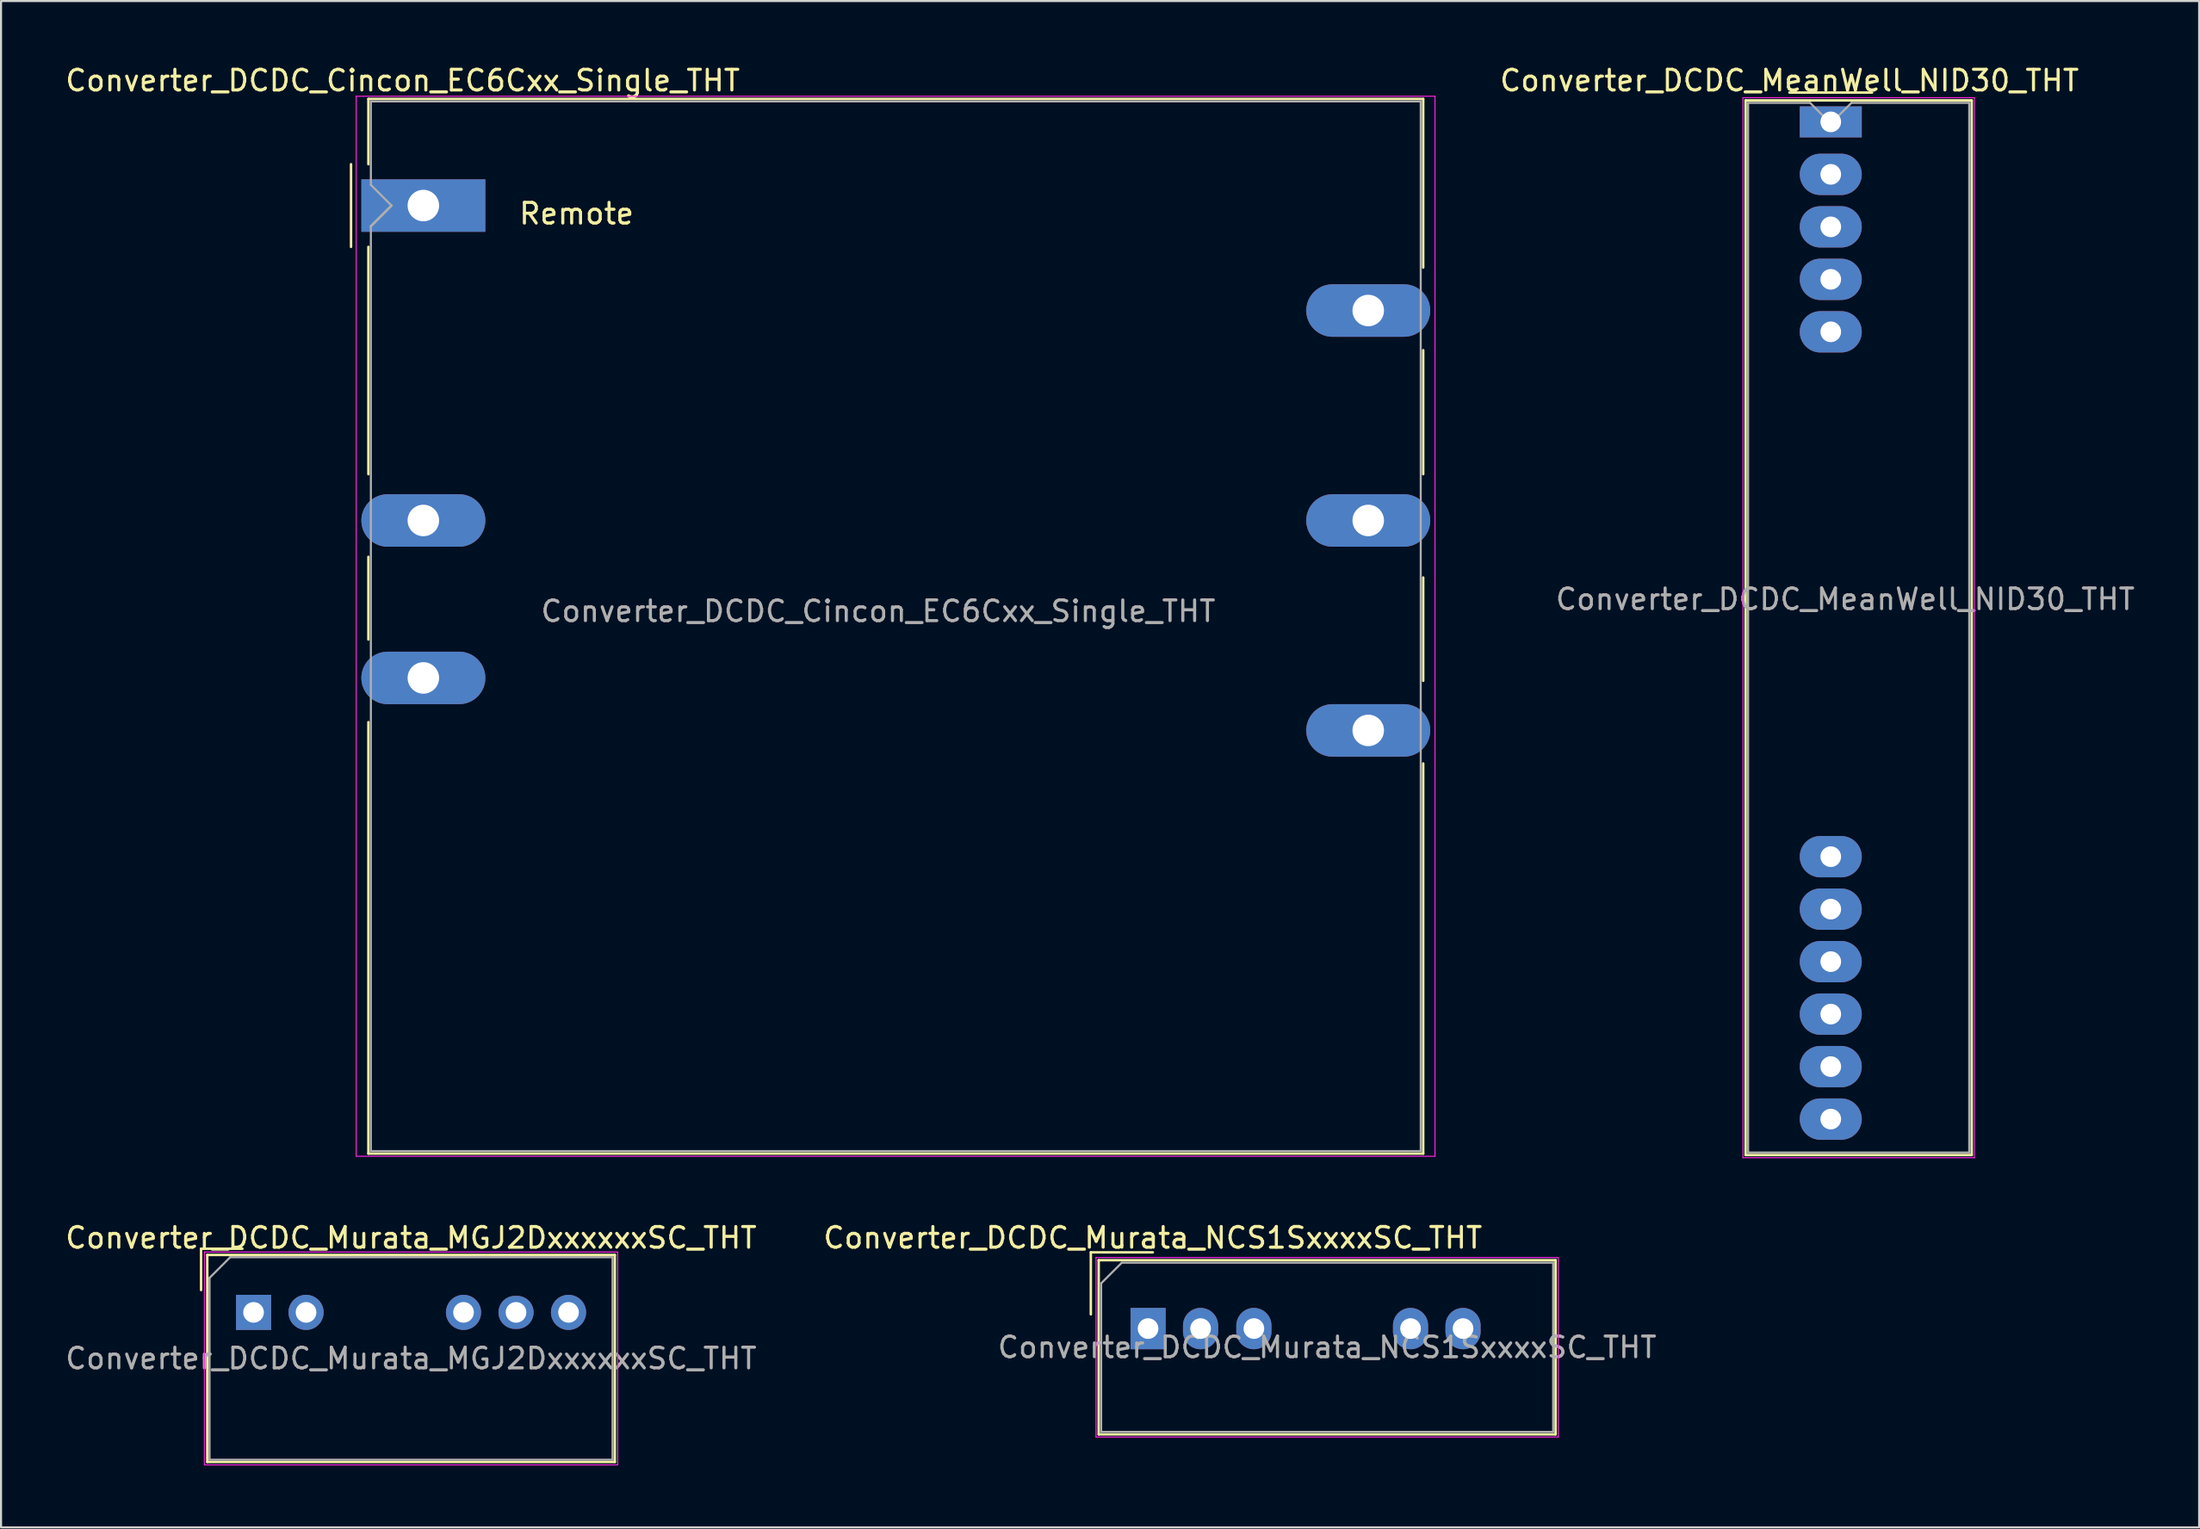
<source format=kicad_pcb>
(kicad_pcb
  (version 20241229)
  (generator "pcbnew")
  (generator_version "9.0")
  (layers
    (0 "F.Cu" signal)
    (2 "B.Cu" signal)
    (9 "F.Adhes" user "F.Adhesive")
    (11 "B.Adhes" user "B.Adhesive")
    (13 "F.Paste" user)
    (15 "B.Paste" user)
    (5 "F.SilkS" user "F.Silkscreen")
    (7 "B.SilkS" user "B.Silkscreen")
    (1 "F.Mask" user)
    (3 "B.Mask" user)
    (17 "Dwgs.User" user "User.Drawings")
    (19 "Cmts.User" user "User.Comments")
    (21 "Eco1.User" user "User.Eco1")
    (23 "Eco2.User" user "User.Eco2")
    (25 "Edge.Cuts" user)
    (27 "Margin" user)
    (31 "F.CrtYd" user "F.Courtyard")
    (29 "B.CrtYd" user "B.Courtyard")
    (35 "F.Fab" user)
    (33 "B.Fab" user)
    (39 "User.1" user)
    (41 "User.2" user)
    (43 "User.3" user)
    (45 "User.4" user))
  (footprint "Converter_DCDC_MeanWell_NID30_THT"
    (layer "F.Cu")
    (at 85.535 2.848)
    (property "Reference" "Converter_DCDC_MeanWell_NID30_THT" (at -2 -2 0) (layer "F.SilkS") (effects (font (size 1 1) (thickness 0.15))))
    (attr through_hole)
    (fp_line (start -4.12 -1.04) (end 6.82 -1.04) (stroke (width 0.12) (type solid)) (layer "F.SilkS"))
    (fp_line (start -4.12 50) (end -4.12 -1.04) (stroke (width 0.12) (type solid)) (layer "F.SilkS"))
    (fp_line (start -2 -1.42) (end 2 -1.42) (stroke (width 0.12) (type solid)) (layer "F.SilkS"))
    (fp_line (start 6.82 -1.04) (end 6.82 50) (stroke (width 0.12) (type solid)) (layer "F.SilkS"))
    (fp_line (start 6.82 50) (end -4.12 50) (stroke (width 0.12) (type solid)) (layer "F.SilkS"))
    (fp_line (start -4.25 -1.17) (end 6.95 -1.17) (stroke (width 0.05) (type solid)) (layer "F.CrtYd"))
    (fp_line (start -4.25 50.13) (end -4.25 -1.17) (stroke (width 0.05) (type solid)) (layer "F.CrtYd"))
    (fp_line (start 6.95 -1.17) (end 6.95 50.13) (stroke (width 0.05) (type solid)) (layer "F.CrtYd"))
    (fp_line (start 6.95 50.13) (end -4.25 50.13) (stroke (width 0.05) (type solid)) (layer "F.CrtYd"))
    (fp_line (start -4 -0.92) (end -1 -0.92) (stroke (width 0.1) (type solid)) (layer "F.Fab"))
    (fp_line (start -4 49.88) (end -4 -0.92) (stroke (width 0.1) (type solid)) (layer "F.Fab"))
    (fp_line (start -1 -0.92) (end 0 0.08) (stroke (width 0.1) (type solid)) (layer "F.Fab"))
    (fp_line (start 0 0.08) (end 1 -0.92) (stroke (width 0.1) (type solid)) (layer "F.Fab"))
    (fp_line (start 1 -0.92) (end 6.7 -0.92) (stroke (width 0.1) (type solid)) (layer "F.Fab"))
    (fp_line (start 6.7 -0.92) (end 6.7 49.88) (stroke (width 0.1) (type solid)) (layer "F.Fab"))
    (fp_line (start 6.7 49.88) (end -4 49.88) (stroke (width 0.1) (type solid)) (layer "F.Fab"))
    (fp_text user "${REFERENCE}" (at 0.7 23.1 0) (layer "F.Fab") (effects (font (size 1 1) (thickness 0.15))))
    (pad "1" thru_hole rect (at 0 0) (size 3 1.5) (drill 1) (layers "*.Cu" "*.Mask"))
    (pad "2" thru_hole oval (at 0 2.54) (size 3 2) (drill 1) (layers "*.Cu" "*.Mask"))
    (pad "3" thru_hole oval (at 0 5.08) (size 3 2) (drill 1) (layers "*.Cu" "*.Mask"))
    (pad "4" thru_hole oval (at 0 7.62) (size 3 2) (drill 1) (layers "*.Cu" "*.Mask"))
    (pad "5" thru_hole oval (at 0 10.16) (size 3 2) (drill 1) (layers "*.Cu" "*.Mask"))
    (pad "6" thru_hole oval (at 0 35.56) (size 3 2) (drill 1) (layers "*.Cu" "*.Mask"))
    (pad "7" thru_hole oval (at 0 38.1) (size 3 2) (drill 1) (layers "*.Cu" "*.Mask"))
    (pad "8" thru_hole oval (at 0 40.64) (size 3 2) (drill 1) (layers "*.Cu" "*.Mask"))
    (pad "9" thru_hole oval (at 0 43.18) (size 3 2) (drill 1) (layers "*.Cu" "*.Mask"))
    (pad "10" thru_hole oval (at 0 45.72) (size 3 2) (drill 1) (layers "*.Cu" "*.Mask"))
    (pad "11" thru_hole oval (at 0 48.26) (size 3 2) (drill 1) (layers "*.Cu" "*.Mask")))
  (footprint "Converter_DCDC_Cincon_EC6Cxx_Single_THT"
    (layer "F.Cu")
    (at 17.435 6.898)
    (property "Reference" "Converter_DCDC_Cincon_EC6Cxx_Single_THT" (at -1 -6.05 0) (layer "F.SilkS") (effects (font (size 1 1) (thickness 0.15))))
    (attr through_hole)
    (fp_line (start -3.5 -2) (end -3.5 2) (stroke (width 0.12) (type solid)) (layer "F.SilkS"))
    (fp_line (start -2.66 -5.16) (end 48.38 -5.16) (stroke (width 0.12) (type solid)) (layer "F.SilkS"))
    (fp_line (start -2.66 -2) (end -2.66 -5.16) (stroke (width 0.12) (type solid)) (layer "F.SilkS"))
    (fp_line (start -2.66 2) (end -2.66 13) (stroke (width 0.12) (type solid)) (layer "F.SilkS"))
    (fp_line (start -2.66 17) (end -2.66 21) (stroke (width 0.12) (type solid)) (layer "F.SilkS"))
    (fp_line (start -2.66 25) (end -2.66 45.88) (stroke (width 0.12) (type solid)) (layer "F.SilkS"))
    (fp_line (start 48.38 -5.16) (end 48.38 3) (stroke (width 0.12) (type solid)) (layer "F.SilkS"))
    (fp_line (start 48.38 7) (end 48.38 13) (stroke (width 0.12) (type solid)) (layer "F.SilkS"))
    (fp_line (start 48.38 18) (end 48.38 23) (stroke (width 0.12) (type solid)) (layer "F.SilkS"))
    (fp_line (start 48.38 27) (end 48.38 45.88) (stroke (width 0.12) (type solid)) (layer "F.SilkS"))
    (fp_line (start 48.38 45.88) (end -2.66 45.88) (stroke (width 0.12) (type solid)) (layer "F.SilkS"))
    (fp_line (start -3.25 -5.29) (end -3.25 46.01) (stroke (width 0.05) (type solid)) (layer "F.CrtYd"))
    (fp_line (start -3.25 -5.29) (end 48.95 -5.29) (stroke (width 0.05) (type solid)) (layer "F.CrtYd"))
    (fp_line (start -3.25 46.01) (end 48.95 46.01) (stroke (width 0.05) (type solid)) (layer "F.CrtYd"))
    (fp_line (start 48.95 -5.29) (end 48.95 46.01) (stroke (width 0.05) (type solid)) (layer "F.CrtYd"))
    (fp_line (start -2.54 -5.04) (end 48.26 -5.04) (stroke (width 0.1) (type solid)) (layer "F.Fab"))
    (fp_line (start -2.54 -1) (end -2.54 -5.04) (stroke (width 0.1) (type solid)) (layer "F.Fab"))
    (fp_line (start -2.54 -1) (end -1.54 0) (stroke (width 0.1) (type solid)) (layer "F.Fab"))
    (fp_line (start -2.54 45.76) (end -2.54 1) (stroke (width 0.1) (type solid)) (layer "F.Fab"))
    (fp_line (start -1.54 0) (end -2.54 1) (stroke (width 0.12) (type solid)) (layer "F.Fab"))
    (fp_line (start 48.26 45.76) (end -2.54 45.76) (stroke (width 0.1) (type solid)) (layer "F.Fab"))
    (fp_line (start 48.26 45.76) (end 48.26 -5.04) (stroke (width 0.1) (type solid)) (layer "F.Fab"))
    (fp_text user "Remote" (at 7.414 0.391 0) (layer "F.SilkS") (effects (font (size 1 1) (thickness 0.15))))
    (fp_text user "${REFERENCE}" (at 22.01 19.63 0) (layer "F.Fab") (effects (font (size 1 1) (thickness 0.15))))
    (pad "1" thru_hole rect (at 0 0) (size 5.999 2.54) (drill 1.524) (layers "*.Cu" "*.Mask"))
    (pad "3" thru_hole oval (at 0 15.24) (size 6 2.54) (drill 1.524) (layers "*.Cu" "*.Mask"))
    (pad "4" thru_hole oval (at 0 22.86) (size 6 2.54) (drill 1.524) (layers "*.Cu" "*.Mask"))
    (pad "5" thru_hole oval (at 45.72 5.08) (size 5.999 2.54) (drill 1.524) (layers "*.Cu" "*.Mask"))
    (pad "6" thru_hole oval (at 45.72 15.24) (size 6 2.54) (drill 1.524) (layers "*.Cu" "*.Mask"))
    (pad "7" thru_hole oval (at 45.72 25.4) (size 6 2.54) (drill 1.524) (layers "*.Cu" "*.Mask")))
  (footprint "Converter_DCDC_Murata_NCS1SxxxxSC_THT"
    (layer "F.Cu")
    (at 52.502 61.246)
    (property "Reference" "Converter_DCDC_Murata_NCS1SxxxxSC_THT" (at 0.23 -4.395 0) (layer "F.SilkS") (effects (font (size 1 1) (thickness 0.15))))
    (attr through_hole)
    (fp_line (start -2.77 -3.69) (end 0.23 -3.69) (stroke (width 0.12) (type solid)) (layer "F.SilkS"))
    (fp_line (start -2.77 -0.69) (end -2.77 -3.69) (stroke (width 0.12) (type solid)) (layer "F.SilkS"))
    (fp_line (start -2.39 -3.31) (end -2.39 5.12) (stroke (width 0.12) (type solid)) (layer "F.SilkS"))
    (fp_line (start -2.39 -3.31) (end 19.72 -3.31) (stroke (width 0.12) (type solid)) (layer "F.SilkS"))
    (fp_line (start -2.39 5.12) (end 19.72 5.12) (stroke (width 0.12) (type solid)) (layer "F.SilkS"))
    (fp_line (start 19.72 -3.31) (end 19.72 5.12) (stroke (width 0.12) (type solid)) (layer "F.SilkS"))
    (fp_line (start -2.52 -3.44) (end -2.52 5.25) (stroke (width 0.05) (type solid)) (layer "F.CrtYd"))
    (fp_line (start -2.52 -3.44) (end 19.85 -3.44) (stroke (width 0.05) (type solid)) (layer "F.CrtYd"))
    (fp_line (start -2.52 5.25) (end 19.85 5.25) (stroke (width 0.05) (type solid)) (layer "F.CrtYd"))
    (fp_line (start 19.85 -3.44) (end 19.85 5.25) (stroke (width 0.05) (type solid)) (layer "F.CrtYd"))
    (fp_line (start -2.27 -2.19) (end -1.27 -3.19) (stroke (width 0.1) (type solid)) (layer "F.Fab"))
    (fp_line (start -2.27 5) (end -2.27 -2.19) (stroke (width 0.1) (type solid)) (layer "F.Fab"))
    (fp_line (start -1.27 -3.19) (end 19.6 -3.19) (stroke (width 0.1) (type solid)) (layer "F.Fab"))
    (fp_line (start 19.6 -3.19) (end 19.6 5) (stroke (width 0.1) (type solid)) (layer "F.Fab"))
    (fp_line (start 19.6 5) (end -2.27 5) (stroke (width 0.1) (type solid)) (layer "F.Fab"))
    (fp_text user "" (at -3 0 0) (layer "F.SilkS") (effects (font (size 1 1) (thickness 0.15))))
    (fp_text user "${REFERENCE}" (at 8.665 0.905 0) (layer "F.Fab") (effects (font (size 1 1) (thickness 0.15))))
    (pad "1" thru_hole rect (at 0 0) (size 1.7 2) (drill 1) (layers "*.Cu" "*.Mask"))
    (pad "2" thru_hole oval (at 2.54 0) (size 1.7 2) (drill 1) (layers "*.Cu" "*.Mask"))
    (pad "3" thru_hole oval (at 5.12 0) (size 1.7 2) (drill 1) (layers "*.Cu" "*.Mask"))
    (pad "6" thru_hole oval (at 12.7 0) (size 1.7 2) (drill 1) (layers "*.Cu" "*.Mask"))
    (pad "7" thru_hole oval (at 15.24 0) (size 1.7 2) (drill 1) (layers "*.Cu" "*.Mask")))
  (footprint "Converter_DCDC_Murata_MGJ2DxxxxxxSC_THT"
    (layer "F.Cu")
    (at 9.219 60.462)
    (property "Reference" "Converter_DCDC_Murata_MGJ2DxxxxxxSC_THT" (at 7.62 -3.61 0) (layer "F.SilkS") (effects (font (size 1 1) (thickness 0.15))))
    (attr through_hole)
    (fp_line (start -2.54 -3.08) (end -0.54 -3.08) (stroke (width 0.12) (type solid)) (layer "F.SilkS"))
    (fp_line (start -2.54 -1.08) (end -2.54 -3.08) (stroke (width 0.12) (type solid)) (layer "F.SilkS"))
    (fp_line (start -2.24 -2.78) (end -2.24 7.24) (stroke (width 0.12) (type solid)) (layer "F.SilkS"))
    (fp_line (start -2.24 -2.78) (end 17.48 -2.78) (stroke (width 0.12) (type solid)) (layer "F.SilkS"))
    (fp_line (start -2.24 7.24) (end 17.48 7.24) (stroke (width 0.12) (type solid)) (layer "F.SilkS"))
    (fp_line (start 17.48 -2.78) (end 17.48 7.24) (stroke (width 0.12) (type solid)) (layer "F.SilkS"))
    (fp_line (start -2.38 -2.92) (end -2.38 7.38) (stroke (width 0.05) (type solid)) (layer "F.CrtYd"))
    (fp_line (start -2.38 -2.92) (end 17.62 -2.92) (stroke (width 0.05) (type solid)) (layer "F.CrtYd"))
    (fp_line (start -2.38 7.38) (end 17.62 7.38) (stroke (width 0.05) (type solid)) (layer "F.CrtYd"))
    (fp_line (start 17.62 -2.92) (end 17.62 7.38) (stroke (width 0.05) (type solid)) (layer "F.CrtYd"))
    (fp_line (start -2.13 -1.67) (end -1.13 -2.67) (stroke (width 0.1) (type solid)) (layer "F.Fab"))
    (fp_line (start -2.13 7.13) (end -2.13 -1.67) (stroke (width 0.1) (type solid)) (layer "F.Fab"))
    (fp_line (start -1.13 -2.67) (end 17.37 -2.67) (stroke (width 0.1) (type solid)) (layer "F.Fab"))
    (fp_line (start 17.37 -2.67) (end 17.37 7.13) (stroke (width 0.1) (type solid)) (layer "F.Fab"))
    (fp_line (start 17.37 7.13) (end -2.13 7.13) (stroke (width 0.1) (type solid)) (layer "F.Fab"))
    (fp_text user "${REFERENCE}" (at 7.62 2.23 0) (layer "F.Fab") (effects (font (size 1 1) (thickness 0.15))))
    (pad "1" thru_hole rect (at 0 0) (size 1.7 1.7) (drill 1) (layers "*.Cu" "*.Mask"))
    (pad "2" thru_hole oval (at 2.54 0) (size 1.7 1.7) (drill 1) (layers "*.Cu" "*.Mask"))
    (pad "5" thru_hole oval (at 10.16 0) (size 1.7 1.7) (drill 1) (layers "*.Cu" "*.Mask"))
    (pad "6" thru_hole oval (at 12.7 0) (size 1.7 1.6) (drill 1) (layers "*.Cu" "*.Mask"))
    (pad "7" thru_hole oval (at 15.24 0) (size 1.7 1.7) (drill 1) (layers "*.Cu" "*.Mask")))
  (gr_rect
    (start -3 -3)
    (end 103.36 70.867)
    (stroke (width 0.1) (type default))
    (fill no)
    (layer "Edge.Cuts")))
</source>
